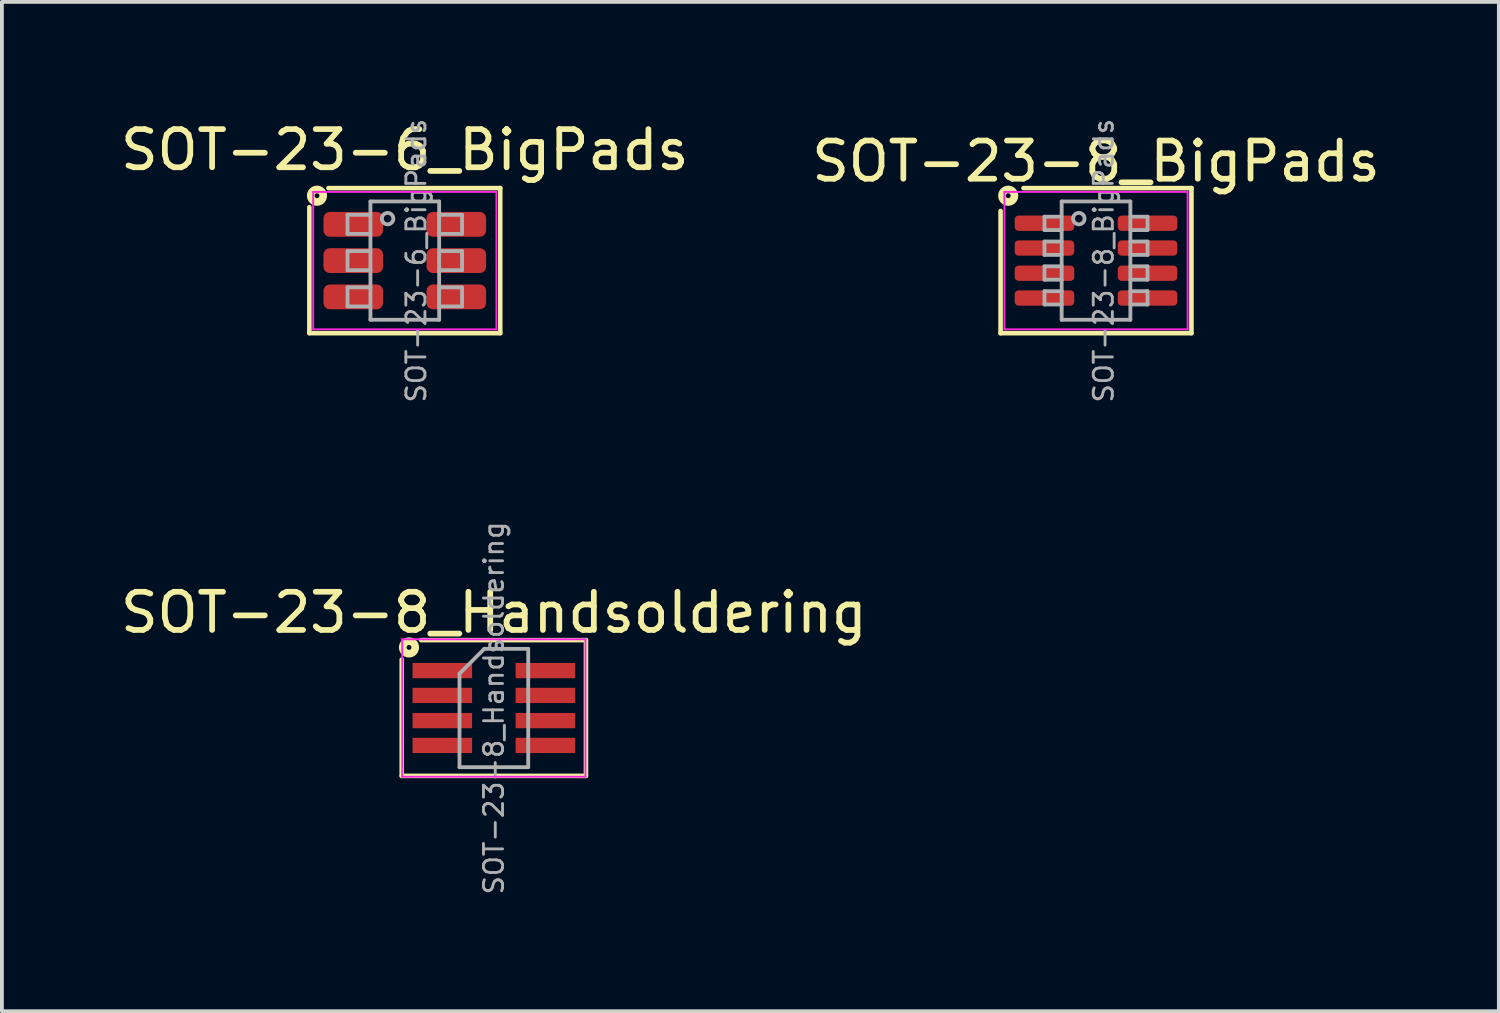
<source format=kicad_pcb>
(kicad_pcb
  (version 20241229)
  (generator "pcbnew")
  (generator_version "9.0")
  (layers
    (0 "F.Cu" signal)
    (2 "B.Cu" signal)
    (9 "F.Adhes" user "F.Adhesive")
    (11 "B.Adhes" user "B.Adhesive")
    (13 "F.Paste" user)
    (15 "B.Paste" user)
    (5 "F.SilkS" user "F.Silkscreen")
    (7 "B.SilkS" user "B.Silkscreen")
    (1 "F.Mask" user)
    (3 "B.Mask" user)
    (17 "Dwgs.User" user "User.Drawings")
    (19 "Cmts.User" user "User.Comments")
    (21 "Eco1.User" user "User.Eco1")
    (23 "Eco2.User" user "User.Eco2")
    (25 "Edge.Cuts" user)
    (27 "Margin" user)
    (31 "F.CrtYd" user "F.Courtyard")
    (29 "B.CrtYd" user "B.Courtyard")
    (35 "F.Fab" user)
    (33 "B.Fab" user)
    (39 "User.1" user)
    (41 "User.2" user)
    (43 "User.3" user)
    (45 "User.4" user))
  (footprint "SOT-23-6_BigPads"
    (layer "F.Cu")
    (at 7.554 3.777)
    (property "Reference" "SOT-23-6_BigPads" (at 0 -2.9 0) (layer "F.SilkS") (effects (font (size 1 1) (thickness 0.15))))
    (attr smd)
    (fp_line (start -2.5 -1.4) (end -2.5 1.9) (stroke (width 0.12) (type solid)) (layer "F.SilkS"))
    (fp_line (start -2.5 1.9) (end 2.5 1.9) (stroke (width 0.12) (type solid)) (layer "F.SilkS"))
    (fp_line (start 2.5 -1.9) (end -2 -1.9) (stroke (width 0.12) (type solid)) (layer "F.SilkS"))
    (fp_line (start 2.5 1.9) (end 2.5 -1.9) (stroke (width 0.12) (type solid)) (layer "F.SilkS"))
    (fp_circle (center -2.3 -1.7) (end -2.236 -1.7) (stroke (width 0.2) (type solid)) (fill no) (layer "F.SilkS"))
    (fp_line (start -2.4 -1.8) (end 2.4 -1.8) (stroke (width 0.05) (type solid)) (layer "F.CrtYd"))
    (fp_line (start -2.4 1.8) (end -2.4 -1.8) (stroke (width 0.05) (type solid)) (layer "F.CrtYd"))
    (fp_line (start 2.4 -1.8) (end 2.4 1.8) (stroke (width 0.05) (type solid)) (layer "F.CrtYd"))
    (fp_line (start 2.4 1.8) (end -2.4 1.8) (stroke (width 0.05) (type solid)) (layer "F.CrtYd"))
    (fp_line (start -1.5 -1.2) (end -1.5 -0.7) (stroke (width 0.1) (type solid)) (layer "F.Fab"))
    (fp_line (start -1.5 -0.7) (end -0.9 -0.7) (stroke (width 0.1) (type solid)) (layer "F.Fab"))
    (fp_line (start -1.5 -0.25) (end -1.5 0.25) (stroke (width 0.1) (type solid)) (layer "F.Fab"))
    (fp_line (start -1.5 0.25) (end -0.9 0.25) (stroke (width 0.1) (type solid)) (layer "F.Fab"))
    (fp_line (start -1.5 0.7) (end -1.5 1.2) (stroke (width 0.1) (type solid)) (layer "F.Fab"))
    (fp_line (start -1.5 1.2) (end -0.9 1.2) (stroke (width 0.1) (type solid)) (layer "F.Fab"))
    (fp_line (start -0.9 -1.55) (end -0.9 1.55) (stroke (width 0.1) (type solid)) (layer "F.Fab"))
    (fp_line (start -0.9 -1.2) (end -1.5 -1.2) (stroke (width 0.1) (type solid)) (layer "F.Fab"))
    (fp_line (start -0.9 -0.25) (end -1.5 -0.25) (stroke (width 0.1) (type solid)) (layer "F.Fab"))
    (fp_line (start -0.9 0.7) (end -1.5 0.7) (stroke (width 0.1) (type solid)) (layer "F.Fab"))
    (fp_line (start 0.9 -1.55) (end -0.9 -1.55) (stroke (width 0.1) (type solid)) (layer "F.Fab"))
    (fp_line (start 0.9 -1.55) (end 0.9 1.55) (stroke (width 0.1) (type solid)) (layer "F.Fab"))
    (fp_line (start 0.9 -0.7) (end 1.5 -0.7) (stroke (width 0.1) (type solid)) (layer "F.Fab"))
    (fp_line (start 0.9 0.25) (end 1.5 0.25) (stroke (width 0.1) (type solid)) (layer "F.Fab"))
    (fp_line (start 0.9 1.2) (end 1.5 1.2) (stroke (width 0.1) (type solid)) (layer "F.Fab"))
    (fp_line (start 0.9 1.55) (end -0.9 1.55) (stroke (width 0.1) (type solid)) (layer "F.Fab"))
    (fp_line (start 1.5 -1.2) (end 0.9 -1.2) (stroke (width 0.1) (type solid)) (layer "F.Fab"))
    (fp_line (start 1.5 -0.7) (end 1.5 -1.2) (stroke (width 0.1) (type solid)) (layer "F.Fab"))
    (fp_line (start 1.5 -0.25) (end 0.9 -0.25) (stroke (width 0.1) (type solid)) (layer "F.Fab"))
    (fp_line (start 1.5 0.25) (end 1.5 -0.25) (stroke (width 0.1) (type solid)) (layer "F.Fab"))
    (fp_line (start 1.5 0.7) (end 0.9 0.7) (stroke (width 0.1) (type solid)) (layer "F.Fab"))
    (fp_line (start 1.5 1.2) (end 1.5 0.7) (stroke (width 0.1) (type solid)) (layer "F.Fab"))
    (fp_circle (center -0.45 -1.1) (end -0.3 -1.1) (stroke (width 0.1) (type solid)) (fill no) (layer "F.Fab"))
    (fp_text user "${REFERENCE}" (at 0.3 0 90) (layer "F.Fab") (effects (font (size 0.5 0.5) (thickness 0.075))))
    (pad "1" smd roundrect (at -1.35 -0.95) (size 1.56 0.65) (layers "F.Cu" "F.Mask" "F.Paste") (roundrect_rratio 0.25))
    (pad "2" smd roundrect (at -1.35 0) (size 1.56 0.65) (layers "F.Cu" "F.Mask" "F.Paste") (roundrect_rratio 0.25))
    (pad "3" smd roundrect (at -1.35 0.95) (size 1.56 0.65) (layers "F.Cu" "F.Mask" "F.Paste") (roundrect_rratio 0.25))
    (pad "4" smd roundrect (at 1.35 0.95) (size 1.56 0.65) (layers "F.Cu" "F.Mask" "F.Paste") (roundrect_rratio 0.25))
    (pad "5" smd roundrect (at 1.35 0) (size 1.56 0.65) (layers "F.Cu" "F.Mask" "F.Paste") (roundrect_rratio 0.25))
    (pad "6" smd roundrect (at 1.35 -0.95) (size 1.56 0.65) (layers "F.Cu" "F.Mask" "F.Paste") (roundrect_rratio 0.25)))
  (footprint "SOT-23-8_BigPads"
    (layer "F.Cu")
    (at 25.661 3.777)
    (property "Reference" "SOT-23-8_BigPads" (at 0 -2.6 0) (layer "F.SilkS") (effects (font (size 1 1) (thickness 0.15))))
    (attr smd)
    (fp_line (start -2.5 -1.3) (end -2.5 1.9) (stroke (width 0.12) (type solid)) (layer "F.SilkS"))
    (fp_line (start -2.5 1.9) (end 2.5 1.9) (stroke (width 0.12) (type solid)) (layer "F.SilkS"))
    (fp_line (start 2.5 -1.9) (end -1.9 -1.9) (stroke (width 0.12) (type solid)) (layer "F.SilkS"))
    (fp_line (start 2.5 1.9) (end 2.5 -1.9) (stroke (width 0.12) (type solid)) (layer "F.SilkS"))
    (fp_circle (center -2.3 -1.7) (end -2.236 -1.7) (stroke (width 0.2) (type solid)) (fill no) (layer "F.SilkS"))
    (fp_line (start -2.4 -1.8) (end 2.4 -1.8) (stroke (width 0.05) (type solid)) (layer "F.CrtYd"))
    (fp_line (start -2.4 1.8) (end -2.4 -1.8) (stroke (width 0.05) (type solid)) (layer "F.CrtYd"))
    (fp_line (start 2.4 -1.8) (end 2.4 1.8) (stroke (width 0.05) (type solid)) (layer "F.CrtYd"))
    (fp_line (start 2.4 1.8) (end -2.4 1.8) (stroke (width 0.05) (type solid)) (layer "F.CrtYd"))
    (fp_line (start -1.35 -1.15) (end -1.35 -0.8) (stroke (width 0.1) (type solid)) (layer "F.Fab"))
    (fp_line (start -1.35 -0.8) (end -0.9 -0.8) (stroke (width 0.1) (type solid)) (layer "F.Fab"))
    (fp_line (start -1.35 -0.5) (end -1.35 -0.15) (stroke (width 0.1) (type solid)) (layer "F.Fab"))
    (fp_line (start -1.35 -0.15) (end -0.9 -0.15) (stroke (width 0.1) (type solid)) (layer "F.Fab"))
    (fp_line (start -1.35 0.15) (end -1.35 0.5) (stroke (width 0.1) (type solid)) (layer "F.Fab"))
    (fp_line (start -1.35 0.5) (end -0.9 0.5) (stroke (width 0.1) (type solid)) (layer "F.Fab"))
    (fp_line (start -1.35 0.8) (end -1.35 1.15) (stroke (width 0.1) (type solid)) (layer "F.Fab"))
    (fp_line (start -1.35 1.15) (end -0.9 1.15) (stroke (width 0.1) (type solid)) (layer "F.Fab"))
    (fp_line (start -0.9 -1.55) (end -0.9 1.55) (stroke (width 0.1) (type solid)) (layer "F.Fab"))
    (fp_line (start -0.9 -1.15) (end -1.35 -1.15) (stroke (width 0.1) (type solid)) (layer "F.Fab"))
    (fp_line (start -0.9 -0.5) (end -1.35 -0.5) (stroke (width 0.1) (type solid)) (layer "F.Fab"))
    (fp_line (start -0.9 0.15) (end -1.35 0.15) (stroke (width 0.1) (type solid)) (layer "F.Fab"))
    (fp_line (start -0.9 0.8) (end -1.35 0.8) (stroke (width 0.1) (type solid)) (layer "F.Fab"))
    (fp_line (start 0.9 -1.55) (end -0.9 -1.55) (stroke (width 0.1) (type solid)) (layer "F.Fab"))
    (fp_line (start 0.9 -1.55) (end 0.9 1.55) (stroke (width 0.1) (type solid)) (layer "F.Fab"))
    (fp_line (start 0.9 -0.8) (end 1.35 -0.8) (stroke (width 0.1) (type solid)) (layer "F.Fab"))
    (fp_line (start 0.9 -0.15) (end 1.35 -0.15) (stroke (width 0.1) (type solid)) (layer "F.Fab"))
    (fp_line (start 0.9 0.5) (end 1.35 0.5) (stroke (width 0.1) (type solid)) (layer "F.Fab"))
    (fp_line (start 0.9 1.15) (end 1.35 1.15) (stroke (width 0.1) (type solid)) (layer "F.Fab"))
    (fp_line (start 0.9 1.55) (end -0.9 1.55) (stroke (width 0.1) (type solid)) (layer "F.Fab"))
    (fp_line (start 1.35 -1.15) (end 0.9 -1.15) (stroke (width 0.1) (type solid)) (layer "F.Fab"))
    (fp_line (start 1.35 -0.8) (end 1.35 -1.15) (stroke (width 0.1) (type solid)) (layer "F.Fab"))
    (fp_line (start 1.35 -0.5) (end 0.9 -0.5) (stroke (width 0.1) (type solid)) (layer "F.Fab"))
    (fp_line (start 1.35 -0.15) (end 1.35 -0.5) (stroke (width 0.1) (type solid)) (layer "F.Fab"))
    (fp_line (start 1.35 0.15) (end 0.9 0.15) (stroke (width 0.1) (type solid)) (layer "F.Fab"))
    (fp_line (start 1.35 0.5) (end 1.35 0.15) (stroke (width 0.1) (type solid)) (layer "F.Fab"))
    (fp_line (start 1.35 0.8) (end 0.9 0.8) (stroke (width 0.1) (type solid)) (layer "F.Fab"))
    (fp_line (start 1.35 1.15) (end 1.35 0.8) (stroke (width 0.1) (type solid)) (layer "F.Fab"))
    (fp_circle (center -0.45 -1.1) (end -0.3 -1.1) (stroke (width 0.1) (type solid)) (fill no) (layer "F.Fab"))
    (fp_text user "${REFERENCE}" (at 0.2 0 90) (layer "F.Fab") (effects (font (size 0.5 0.5) (thickness 0.075))))
    (pad "1" smd roundrect (at -1.35 -0.98) (size 1.56 0.4) (layers "F.Cu" "F.Mask" "F.Paste") (roundrect_rratio 0.25))
    (pad "2" smd roundrect (at -1.35 -0.33) (size 1.56 0.4) (layers "F.Cu" "F.Mask" "F.Paste") (roundrect_rratio 0.25))
    (pad "3" smd roundrect (at -1.35 0.33) (size 1.56 0.4) (layers "F.Cu" "F.Mask" "F.Paste") (roundrect_rratio 0.25))
    (pad "4" smd roundrect (at -1.35 0.98) (size 1.56 0.4) (layers "F.Cu" "F.Mask" "F.Paste") (roundrect_rratio 0.25))
    (pad "5" smd roundrect (at 1.35 0.98) (size 1.56 0.4) (layers "F.Cu" "F.Mask" "F.Paste") (roundrect_rratio 0.25))
    (pad "6" smd roundrect (at 1.35 0.33) (size 1.56 0.4) (layers "F.Cu" "F.Mask" "F.Paste") (roundrect_rratio 0.25))
    (pad "7" smd roundrect (at 1.35 -0.33) (size 1.56 0.4) (layers "F.Cu" "F.Mask" "F.Paste") (roundrect_rratio 0.25))
    (pad "8" smd roundrect (at 1.35 -0.98) (size 1.56 0.4) (layers "F.Cu" "F.Mask" "F.Paste") (roundrect_rratio 0.25)))
  (footprint "SOT-23-8_Handsoldering"
    (layer "F.Cu")
    (at 9.887 15.497)
    (property "Reference" "SOT-23-8_Handsoldering" (at 0 -2.5 0) (layer "F.SilkS") (effects (font (size 1 1) (thickness 0.15))))
    (attr smd)
    (fp_line (start -2.413 -1.27) (end -2.413 1.778) (stroke (width 0.12) (type solid)) (layer "F.SilkS"))
    (fp_line (start -2.413 1.778) (end 2.413 1.778) (stroke (width 0.12) (type solid)) (layer "F.SilkS"))
    (fp_line (start 2.413 -1.778) (end -1.905 -1.778) (stroke (width 0.12) (type solid)) (layer "F.SilkS"))
    (fp_line (start 2.413 1.778) (end 2.413 -1.778) (stroke (width 0.12) (type solid)) (layer "F.SilkS"))
    (fp_circle (center -2.223 -1.587) (end -2.159 -1.587) (stroke (width 0.2) (type solid)) (fill no) (layer "F.SilkS"))
    (fp_line (start -2.4 -1.8) (end 2.4 -1.8) (stroke (width 0.05) (type solid)) (layer "F.CrtYd"))
    (fp_line (start -2.4 1.8) (end -2.4 -1.8) (stroke (width 0.05) (type solid)) (layer "F.CrtYd"))
    (fp_line (start 2.4 -1.8) (end 2.4 1.8) (stroke (width 0.05) (type solid)) (layer "F.CrtYd"))
    (fp_line (start 2.4 1.8) (end -2.4 1.8) (stroke (width 0.05) (type solid)) (layer "F.CrtYd"))
    (fp_line (start -0.9 -0.9) (end -0.9 1.55) (stroke (width 0.1) (type solid)) (layer "F.Fab"))
    (fp_line (start -0.9 -0.9) (end -0.25 -1.55) (stroke (width 0.1) (type solid)) (layer "F.Fab"))
    (fp_line (start 0.9 -1.55) (end -0.25 -1.55) (stroke (width 0.1) (type solid)) (layer "F.Fab"))
    (fp_line (start 0.9 -1.55) (end 0.9 1.55) (stroke (width 0.1) (type solid)) (layer "F.Fab"))
    (fp_line (start 0.9 1.55) (end -0.9 1.55) (stroke (width 0.1) (type solid)) (layer "F.Fab"))
    (fp_text user "${REFERENCE}" (at 0 0 90) (layer "F.Fab") (effects (font (size 0.5 0.5) (thickness 0.075))))
    (pad "1" smd rect (at -1.35 -0.98) (size 1.56 0.4) (layers "F.Cu" "F.Mask" "F.Paste"))
    (pad "2" smd rect (at -1.35 -0.33) (size 1.56 0.4) (layers "F.Cu" "F.Mask" "F.Paste"))
    (pad "3" smd rect (at -1.35 0.33) (size 1.56 0.4) (layers "F.Cu" "F.Mask" "F.Paste"))
    (pad "4" smd rect (at -1.35 0.98) (size 1.56 0.4) (layers "F.Cu" "F.Mask" "F.Paste"))
    (pad "5" smd rect (at 1.35 0.98) (size 1.56 0.4) (layers "F.Cu" "F.Mask" "F.Paste"))
    (pad "6" smd rect (at 1.35 0.33) (size 1.56 0.4) (layers "F.Cu" "F.Mask" "F.Paste"))
    (pad "7" smd rect (at 1.35 -0.33) (size 1.56 0.4) (layers "F.Cu" "F.Mask" "F.Paste"))
    (pad "8" smd rect (at 1.35 -0.98) (size 1.56 0.4) (layers "F.Cu" "F.Mask" "F.Paste")))
  (gr_rect
    (start -3 -3)
    (end 36.214 23.44)
    (stroke (width 0.1) (type default))
    (fill no)
    (layer "Edge.Cuts")))
</source>
